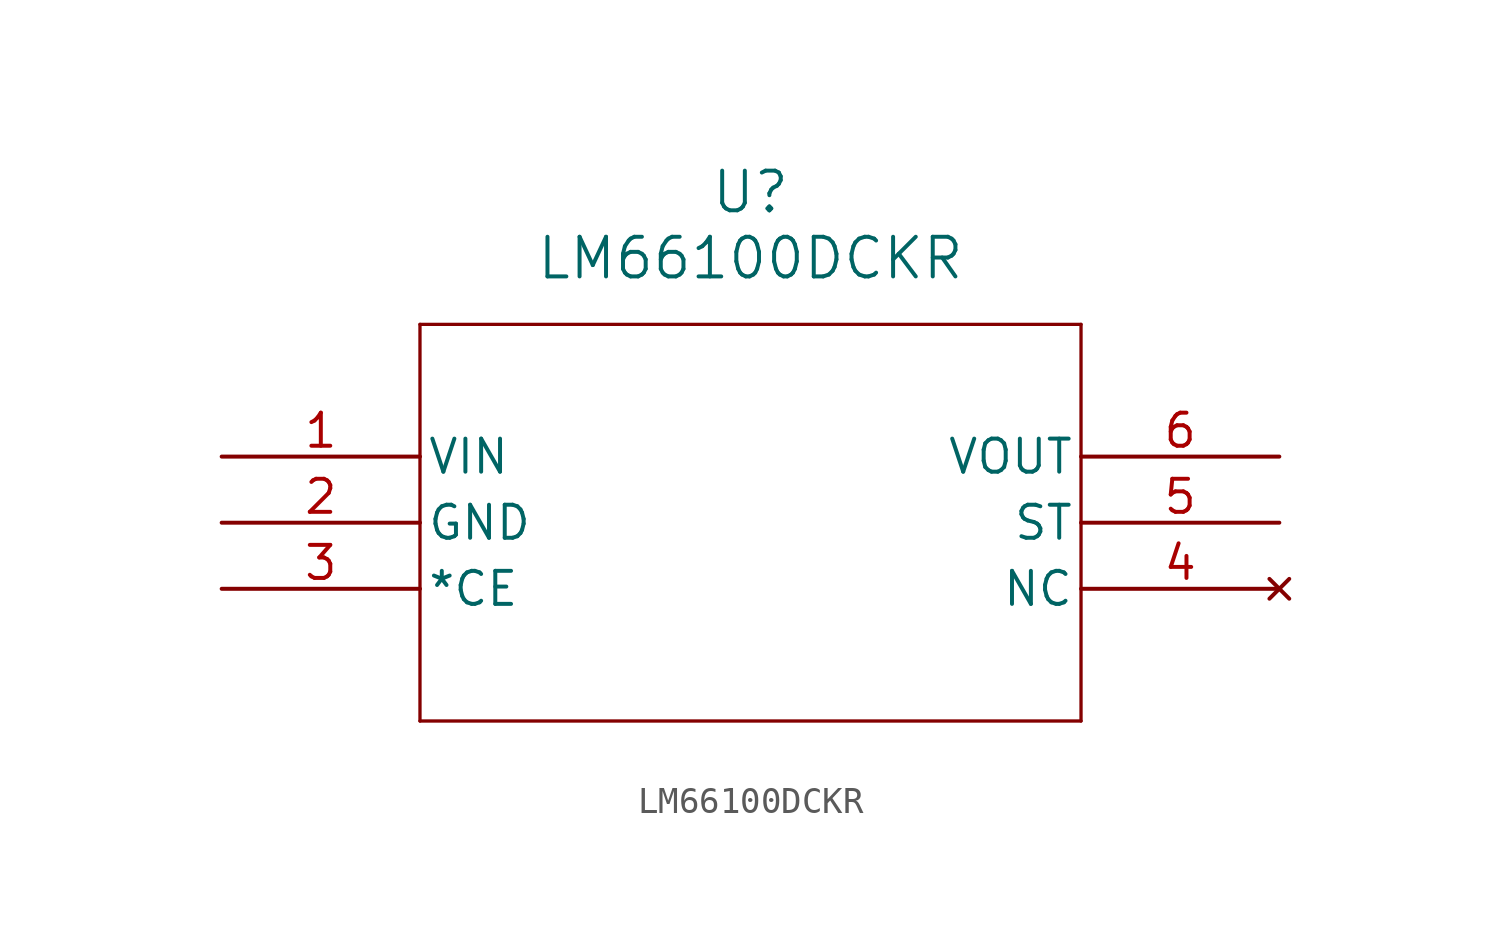
<source format=kicad_sym>
(kicad_symbol_lib
  (version 20241209)
  (generator "kicad_symbol_editor")
  (generator_version "9.0")
  (symbol "LM66100DCKR"
    (pin_names
      (offset 0.254))
    (property "Reference" "U"
      (at 20.32 10.16 0)
      (effects (font (size 1.524 1.524))))
    (property "Value" "LM66100DCKR"
      (at 20.32 7.62 0)
      (effects (font (size 1.524 1.524))))
    (symbol "LM66100DCKR_0_1"
      (polyline (pts (xy 7.62 5.08) (xy 7.62 -10.16)) (stroke (width 0.127) (type default)) (fill (type none)))
      (polyline (pts (xy 7.62 -10.16) (xy 33.02 -10.16)) (stroke (width 0.127) (type default)) (fill (type none)))
      (polyline (pts (xy 33.02 5.08) (xy 7.62 5.08)) (stroke (width 0.127) (type default)) (fill (type none)))
      (polyline (pts (xy 33.02 -10.16) (xy 33.02 5.08)) (stroke (width 0.127) (type default)) (fill (type none)))
      (pin input line (at 0 0 0) (length 7.62) (name "VIN" (effects (font (size 1.27 1.27)))) (number "1" (effects (font (size 1.27 1.27)))))
      (pin power_in line (at 0 -2.54 0) (length 7.62) (name "GND" (effects (font (size 1.27 1.27)))) (number "2" (effects (font (size 1.27 1.27)))))
      (pin input line (at 0 -5.08 0) (length 7.62) (name "*CE" (effects (font (size 1.27 1.27)))) (number "3" (effects (font (size 1.27 1.27)))))
      (pin output line (at 40.64 0 180) (length 7.62) (name "VOUT" (effects (font (size 1.27 1.27)))) (number "6" (effects (font (size 1.27 1.27)))))
      (pin output line (at 40.64 -2.54 180) (length 7.62) (name "ST" (effects (font (size 1.27 1.27)))) (number "5" (effects (font (size 1.27 1.27)))))
      (pin no_connect line (at 40.64 -5.08 180) (length 7.62) (name "NC" (effects (font (size 1.27 1.27)))) (number "4" (effects (font (size 1.27 1.27))))))))
</source>
